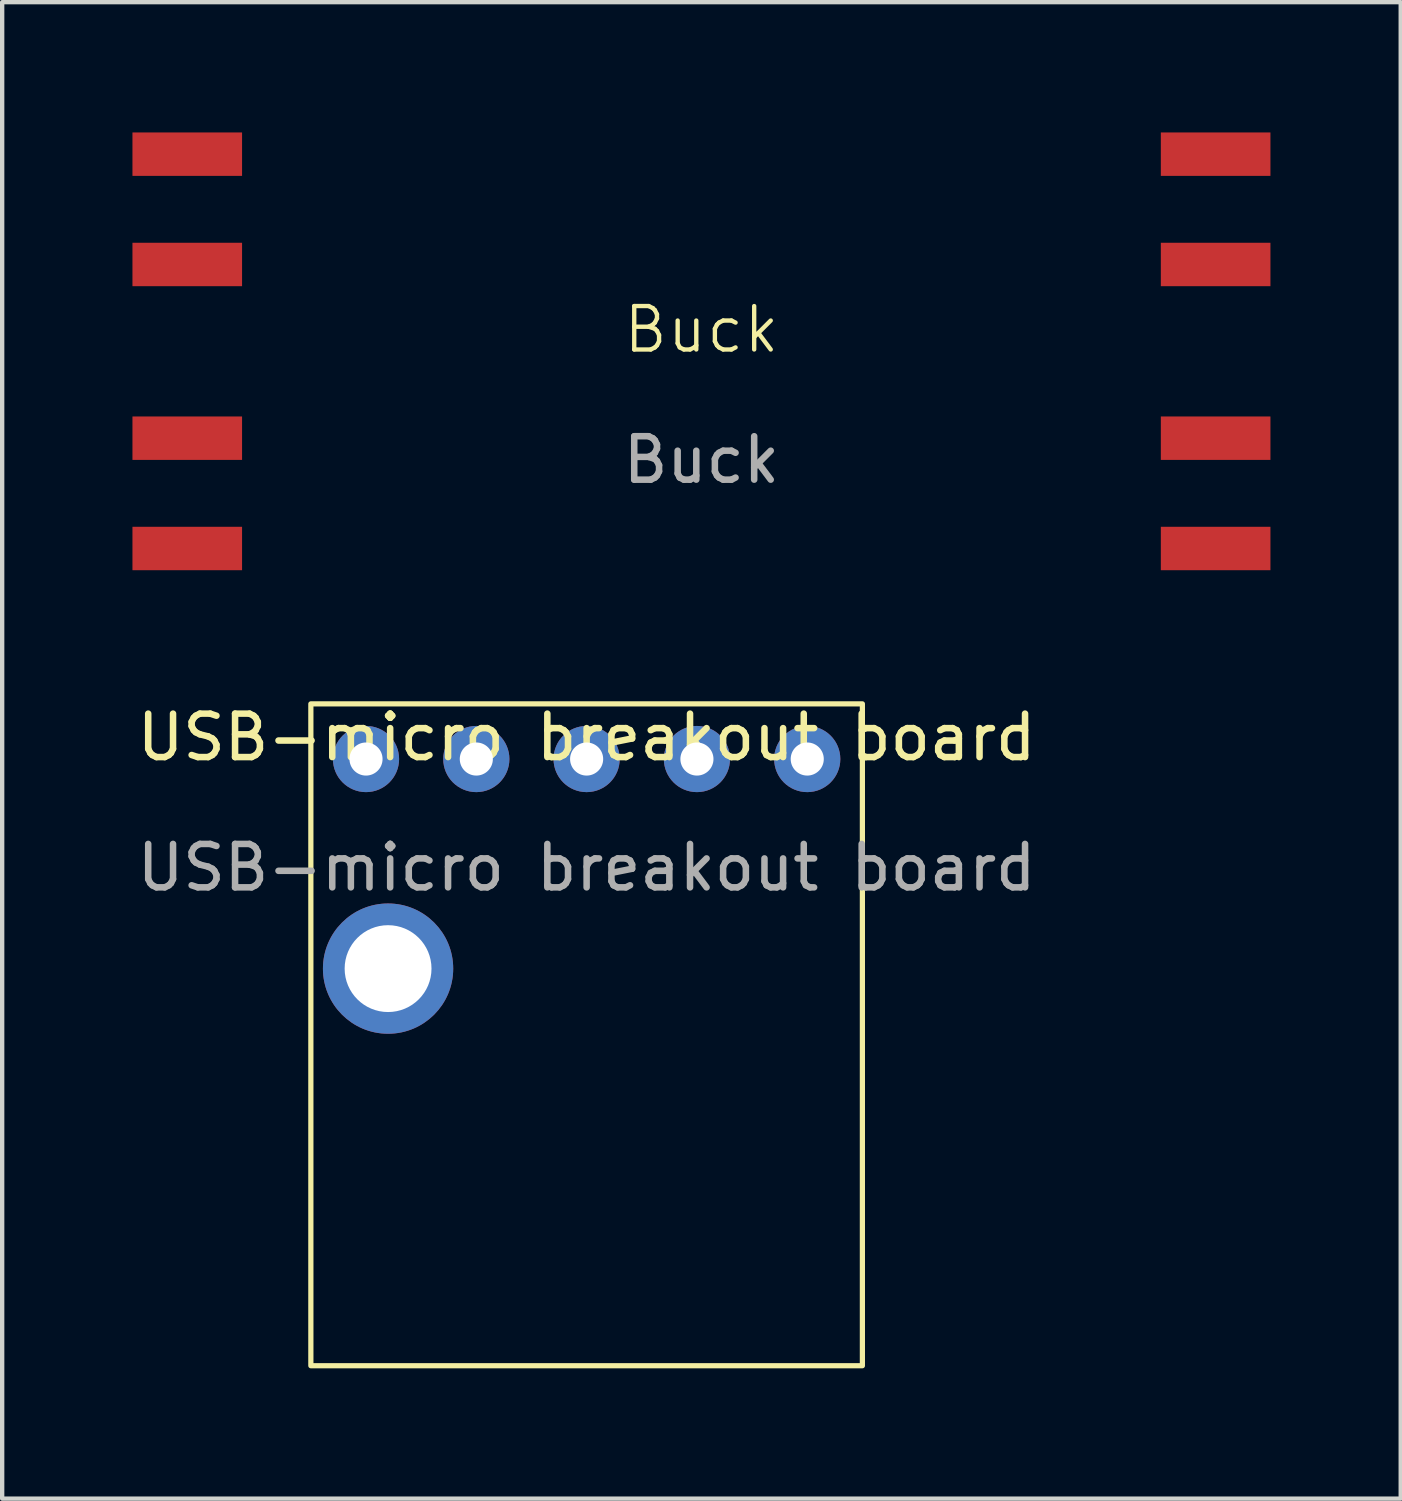
<source format=kicad_pcb>
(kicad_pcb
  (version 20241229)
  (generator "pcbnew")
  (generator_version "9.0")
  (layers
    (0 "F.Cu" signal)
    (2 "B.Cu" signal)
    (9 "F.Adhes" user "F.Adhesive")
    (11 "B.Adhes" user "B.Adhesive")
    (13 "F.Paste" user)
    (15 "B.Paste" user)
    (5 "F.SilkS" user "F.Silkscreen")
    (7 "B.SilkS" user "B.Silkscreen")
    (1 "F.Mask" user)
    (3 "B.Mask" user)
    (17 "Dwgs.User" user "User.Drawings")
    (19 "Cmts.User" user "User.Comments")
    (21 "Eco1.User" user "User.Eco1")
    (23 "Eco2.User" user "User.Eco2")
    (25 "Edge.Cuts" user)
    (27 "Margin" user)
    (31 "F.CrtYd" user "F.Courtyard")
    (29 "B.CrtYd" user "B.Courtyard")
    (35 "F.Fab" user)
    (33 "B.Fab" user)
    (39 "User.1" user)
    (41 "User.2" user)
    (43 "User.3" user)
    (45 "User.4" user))
  (footprint "Buck"
    (layer "F.Cu")
    (at 13.102 5.04)
    (property "Reference" "Buck" (at 0 -0.5 0) (unlocked yes) (layer "F.SilkS") (effects (font (size 1 1) (thickness 0.1))))
    (attr through_hole)
    (fp_text user "${REFERENCE}" (at 0 2.5 0) (unlocked yes) (layer "F.Fab") (effects (font (size 1 1) (thickness 0.15))))
    (pad "1" smd rect (at -11.84 -4.54) (size 2.524 1) (layers "F.Cu" "F.Mask" "F.Paste"))
    (pad "1" smd rect (at -11.84 -2) (size 2.524 1) (layers "F.Cu" "F.Mask" "F.Paste"))
    (pad "2" smd rect (at -11.84 2) (size 2.524 1) (layers "F.Cu" "F.Mask" "F.Paste"))
    (pad "2" smd rect (at -11.84 4.54) (size 2.524 1) (layers "F.Cu" "F.Mask" "F.Paste"))
    (pad "3" smd rect (at 11.84 2) (size 2.524 1) (layers "F.Cu" "F.Mask" "F.Paste"))
    (pad "3" smd rect (at 11.84 4.54) (size 2.524 1) (layers "F.Cu" "F.Mask" "F.Paste"))
    (pad "4" smd rect (at 11.84 -4.54) (size 2.524 1) (layers "F.Cu" "F.Mask" "F.Paste"))
    (pad "4" smd rect (at 11.84 -2) (size 2.524 1) (layers "F.Cu" "F.Mask" "F.Paste")))
  (footprint "USB-micro breakout board"
    (layer "F.Cu")
    (at 10.458 14.428)
    (property "Reference" "USB-micro breakout board" (at 0 -0.5 0) (unlocked yes) (layer "F.SilkS") (effects (font (size 1 1) (thickness 0.15))))
    (attr through_hole)
    (fp_rect (start -6.35 -1.27) (end 6.35 13.97) (stroke (width 0.12) (type default)) (fill no) (layer "F.SilkS"))
    (fp_text user "${REFERENCE}" (at 0 2.5 0) (unlocked yes) (layer "F.Fab") (effects (font (size 1 1) (thickness 0.15))))
    (pad "1" thru_hole circle (at -5.08 0) (size 1.524 1.524) (drill 0.762) (layers "*.Cu" "*.Mask"))
    (pad "2" thru_hole circle (at -2.54 0) (size 1.524 1.524) (drill 0.762) (layers "*.Cu" "*.Mask"))
    (pad "3" thru_hole circle (at 0 0) (size 1.524 1.524) (drill 0.762) (layers "*.Cu" "*.Mask"))
    (pad "4" thru_hole circle (at 2.54 0) (size 1.524 1.524) (drill 0.762) (layers "*.Cu" "*.Mask"))
    (pad "5" thru_hole circle (at 5.08 0) (size 1.524 1.524) (drill 0.762) (layers "*.Cu" "*.Mask"))
    (pad "6" thru_hole circle (at -4.572 4.826) (size 3 3) (drill 2) (layers "*.Cu" "*.Mask")))
  (gr_rect
    (start -3 -3)
    (end 29.204 31.458)
    (stroke (width 0.1) (type default))
    (fill no)
    (layer "Edge.Cuts")))
</source>
